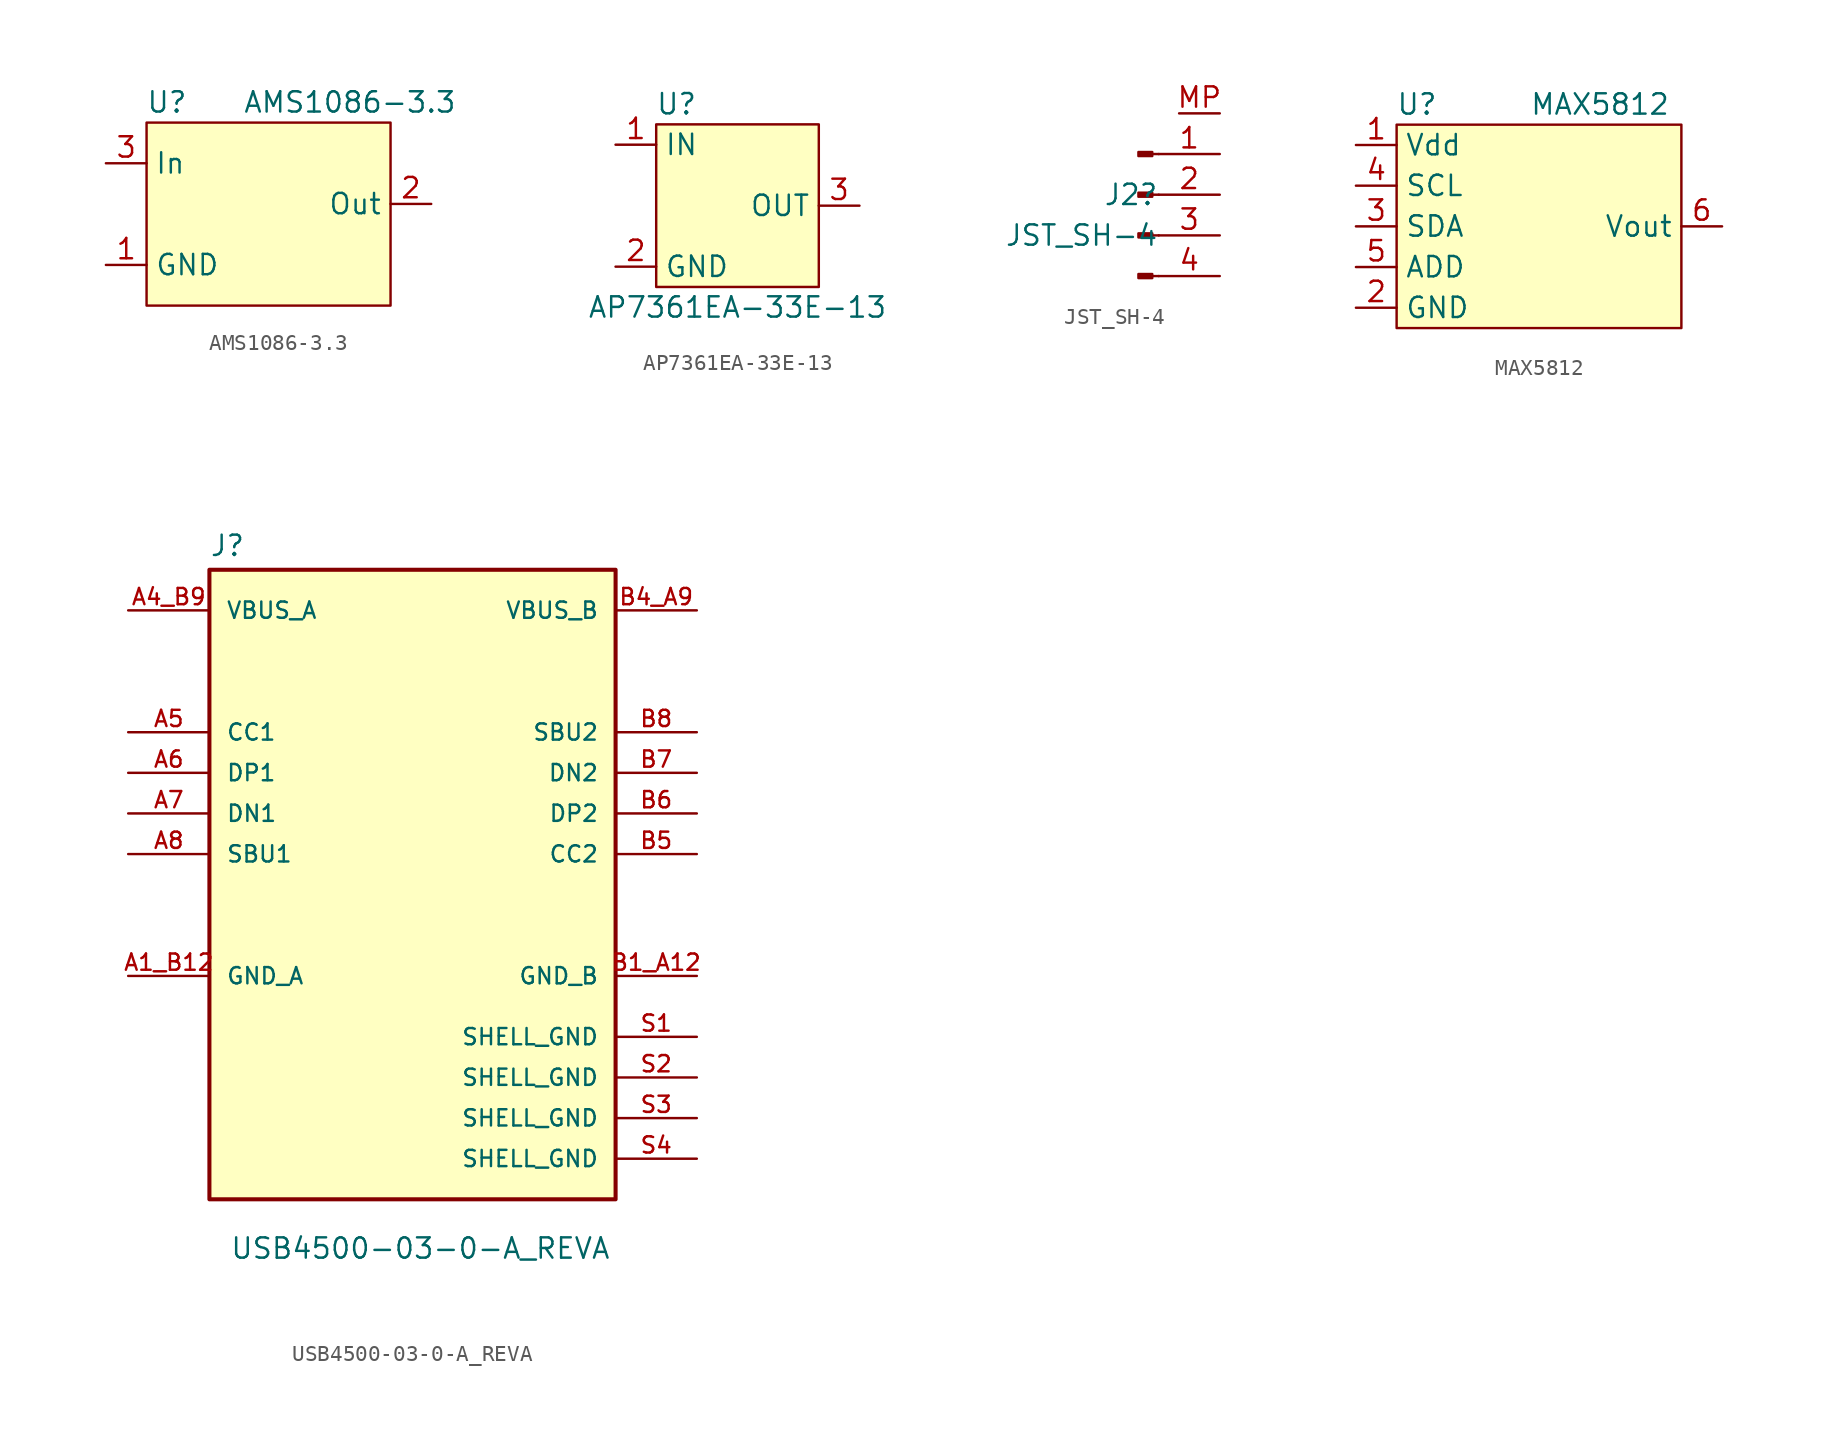
<source format=kicad_sym>
(kicad_symbol_lib
  (version 20211014)
  (generator kicad_symbol_editor)
  (symbol "AMS1086-3.3"
    (property "Reference" "U"
      (at -6.35 6.35 0)
      (effects (font (size 1.27 1.27))))
    (property "Value" "AMS1086-3.3"
      (at 5.08 6.35 0)
      (effects (font (size 1.27 1.27))))
    (symbol "AMS1086-3.3_0_1"
      (rectangle (start -7.62 5.08) (end 7.62 -6.35) (stroke (width 0) (type default) (color 0 0 0 0)) (fill (type background))))
    (symbol "AMS1086-3.3_1_1"
      (pin power_in line (at -10.16 -3.81 0) (length 2.54) (name "GND" (effects (font (size 1.27 1.27)))) (number "1" (effects (font (size 1.27 1.27)))))
      (pin power_in line (at 10.16 0 180) (length 2.54) (name "Out" (effects (font (size 1.27 1.27)))) (number "2" (effects (font (size 1.27 1.27)))))
      (pin power_in line (at -10.16 2.54 0) (length 2.54) (name "In" (effects (font (size 1.27 1.27)))) (number "3" (effects (font (size 1.27 1.27)))))))
  (symbol "AP7361EA-33E-13"
    (property "Reference" "U"
      (at -3.81 6.35 0)
      (effects (font (size 1.27 1.27))))
    (property "Value" "AP7361EA-33E-13"
      (at 0 -6.35 0)
      (effects (font (size 1.27 1.27))))
    (symbol "AP7361EA-33E-13_0_1"
      (rectangle (start -5.08 5.08) (end 5.08 -5.08) (stroke (width 0) (type default) (color 0 0 0 0)) (fill (type background))))
    (symbol "AP7361EA-33E-13_1_1"
      (pin power_in line (at -7.62 3.81 0) (length 2.54) (name "IN" (effects (font (size 1.27 1.27)))) (number "1" (effects (font (size 1.27 1.27)))))
      (pin bidirectional line (at -7.62 -3.81 0) (length 2.54) (name "GND" (effects (font (size 1.27 1.27)))) (number "2" (effects (font (size 1.27 1.27)))))
      (pin power_out line (at 7.62 0 180) (length 2.54) (name "OUT" (effects (font (size 1.27 1.27)))) (number "3" (effects (font (size 1.27 1.27)))))))
  (symbol "JST_SH-4"
    (pin_names
      (offset 1.016) hide)
    (property "Reference" "J2"
      (at 1.27 0.0001 0)
      (effects (font (size 1.27 1.27)) (justify right)))
    (property "Value" "JST_SH-4"
      (at 1.27 -2.54 0)
      (effects (font (size 1.27 1.27)) (justify right)))
    (symbol "JST_SH-4_1_1"
      (polyline (pts (xy 1.27 -5.08) (xy 0.864 -5.08)) (stroke (width 0.152) (type default) (color 0 0 0 0)) (fill (type none)))
      (polyline (pts (xy 1.27 -2.54) (xy 0.864 -2.54)) (stroke (width 0.152) (type default) (color 0 0 0 0)) (fill (type none)))
      (polyline (pts (xy 1.27 0) (xy 0.864 0)) (stroke (width 0.152) (type default) (color 0 0 0 0)) (fill (type none)))
      (polyline (pts (xy 1.27 2.54) (xy 0.864 2.54)) (stroke (width 0.152) (type default) (color 0 0 0 0)) (fill (type none)))
      (rectangle (start 0.864 -4.953) (end 0 -5.207) (stroke (width 0.152) (type default) (color 0 0 0 0)) (fill (type outline)))
      (rectangle (start 0.864 -2.413) (end 0 -2.667) (stroke (width 0.152) (type default) (color 0 0 0 0)) (fill (type outline)))
      (rectangle (start 0.864 0.127) (end 0 -0.127) (stroke (width 0.152) (type default) (color 0 0 0 0)) (fill (type outline)))
      (rectangle (start 0.864 2.667) (end 0 2.413) (stroke (width 0.152) (type default) (color 0 0 0 0)) (fill (type outline)))
      (pin passive line (at 5.08 2.54 180) (length 3.81) (name "Pin_1" (effects (font (size 1.27 1.27)))) (number "1" (effects (font (size 1.27 1.27)))))
      (pin passive line (at 5.08 0 180) (length 3.81) (name "Pin_2" (effects (font (size 1.27 1.27)))) (number "2" (effects (font (size 1.27 1.27)))))
      (pin passive line (at 5.08 -2.54 180) (length 3.81) (name "Pin_3" (effects (font (size 1.27 1.27)))) (number "3" (effects (font (size 1.27 1.27)))))
      (pin passive line (at 5.08 -5.08 180) (length 3.81) (name "Pin_4" (effects (font (size 1.27 1.27)))) (number "4" (effects (font (size 1.27 1.27)))))
      (pin passive line (at 5.08 5.08 180) (length 2.54) (name "MP" (effects (font (size 1.27 1.27)))) (number "MP" (effects (font (size 1.27 1.27)))))))
  (symbol "MAX5812"
    (property "Reference" "U"
      (at -7.62 7.62 0)
      (effects (font (size 1.27 1.27))))
    (property "Value" "MAX5812"
      (at 3.81 7.62 0)
      (effects (font (size 1.27 1.27))))
    (symbol "MAX5812_0_1"
      (rectangle (start -8.89 6.35) (end 8.89 -6.35) (stroke (width 0) (type default) (color 0 0 0 0)) (fill (type background))))
    (symbol "MAX5812_1_1"
      (pin power_in line (at -11.43 5.08 0) (length 2.54) (name "Vdd" (effects (font (size 1.27 1.27)))) (number "1" (effects (font (size 1.27 1.27)))))
      (pin power_in line (at -11.43 -5.08 0) (length 2.54) (name "GND" (effects (font (size 1.27 1.27)))) (number "2" (effects (font (size 1.27 1.27)))))
      (pin bidirectional line (at -11.43 0 0) (length 2.54) (name "SDA" (effects (font (size 1.27 1.27)))) (number "3" (effects (font (size 1.27 1.27)))))
      (pin input line (at -11.43 2.54 0) (length 2.54) (name "SCL" (effects (font (size 1.27 1.27)))) (number "4" (effects (font (size 1.27 1.27)))))
      (pin passive line (at -11.43 -2.54 0) (length 2.54) (name "ADD" (effects (font (size 1.27 1.27)))) (number "5" (effects (font (size 1.27 1.27)))))
      (pin output line (at 11.43 0 180) (length 2.54) (name "Vout" (effects (font (size 1.27 1.27)))) (number "6" (effects (font (size 1.27 1.27)))))))
  (symbol "USB4500-03-0-A_REVA"
    (pin_names
      (offset 1.016))
    (property "Reference" "J"
      (at -12.7 16.002 0)
      (effects (font (size 1.27 1.27)) (justify left bottom)))
    (property "Value" "USB4500-03-0-A_REVA"
      (at -11.43 -27.94 0)
      (effects (font (size 1.27 1.27)) (justify left bottom)))
    (symbol "USB4500-03-0-A_REVA_0_0"
      (rectangle (start -12.7 15.24) (end 12.7 -24.13) (stroke (width 0.254) (type default) (color 0 0 0 0)) (fill (type background)))
      (pin power_in line (at -17.78 -10.16 0) (length 5.08) (name "GND_A" (effects (font (size 1.016 1.016)))) (number "A1_B12" (effects (font (size 1.016 1.016)))))
      (pin power_in line (at -17.78 12.7 0) (length 5.08) (name "VBUS_A" (effects (font (size 1.016 1.016)))) (number "A4_B9" (effects (font (size 1.016 1.016)))))
      (pin bidirectional line (at -17.78 5.08 0) (length 5.08) (name "CC1" (effects (font (size 1.016 1.016)))) (number "A5" (effects (font (size 1.016 1.016)))))
      (pin bidirectional line (at -17.78 2.54 0) (length 5.08) (name "DP1" (effects (font (size 1.016 1.016)))) (number "A6" (effects (font (size 1.016 1.016)))))
      (pin bidirectional line (at -17.78 0 0) (length 5.08) (name "DN1" (effects (font (size 1.016 1.016)))) (number "A7" (effects (font (size 1.016 1.016)))))
      (pin bidirectional line (at -17.78 -2.54 0) (length 5.08) (name "SBU1" (effects (font (size 1.016 1.016)))) (number "A8" (effects (font (size 1.016 1.016)))))
      (pin power_in line (at 17.78 -10.16 180) (length 5.08) (name "GND_B" (effects (font (size 1.016 1.016)))) (number "B1_A12" (effects (font (size 1.016 1.016)))))
      (pin power_in line (at 17.78 12.7 180) (length 5.08) (name "VBUS_B" (effects (font (size 1.016 1.016)))) (number "B4_A9" (effects (font (size 1.016 1.016)))))
      (pin bidirectional line (at 17.78 -2.54 180) (length 5.08) (name "CC2" (effects (font (size 1.016 1.016)))) (number "B5" (effects (font (size 1.016 1.016)))))
      (pin bidirectional line (at 17.78 0 180) (length 5.08) (name "DP2" (effects (font (size 1.016 1.016)))) (number "B6" (effects (font (size 1.016 1.016)))))
      (pin bidirectional line (at 17.78 2.54 180) (length 5.08) (name "DN2" (effects (font (size 1.016 1.016)))) (number "B7" (effects (font (size 1.016 1.016)))))
      (pin bidirectional line (at 17.78 5.08 180) (length 5.08) (name "SBU2" (effects (font (size 1.016 1.016)))) (number "B8" (effects (font (size 1.016 1.016)))))
      (pin power_in line (at 17.78 -13.97 180) (length 5.08) (name "SHELL_GND" (effects (font (size 1.016 1.016)))) (number "S1" (effects (font (size 1.016 1.016)))))
      (pin power_in line (at 17.78 -16.51 180) (length 5.08) (name "SHELL_GND" (effects (font (size 1.016 1.016)))) (number "S2" (effects (font (size 1.016 1.016)))))
      (pin power_in line (at 17.78 -19.05 180) (length 5.08) (name "SHELL_GND" (effects (font (size 1.016 1.016)))) (number "S3" (effects (font (size 1.016 1.016)))))
      (pin power_in line (at 17.78 -21.59 180) (length 5.08) (name "SHELL_GND" (effects (font (size 1.016 1.016)))) (number "S4" (effects (font (size 1.016 1.016))))))))
</source>
